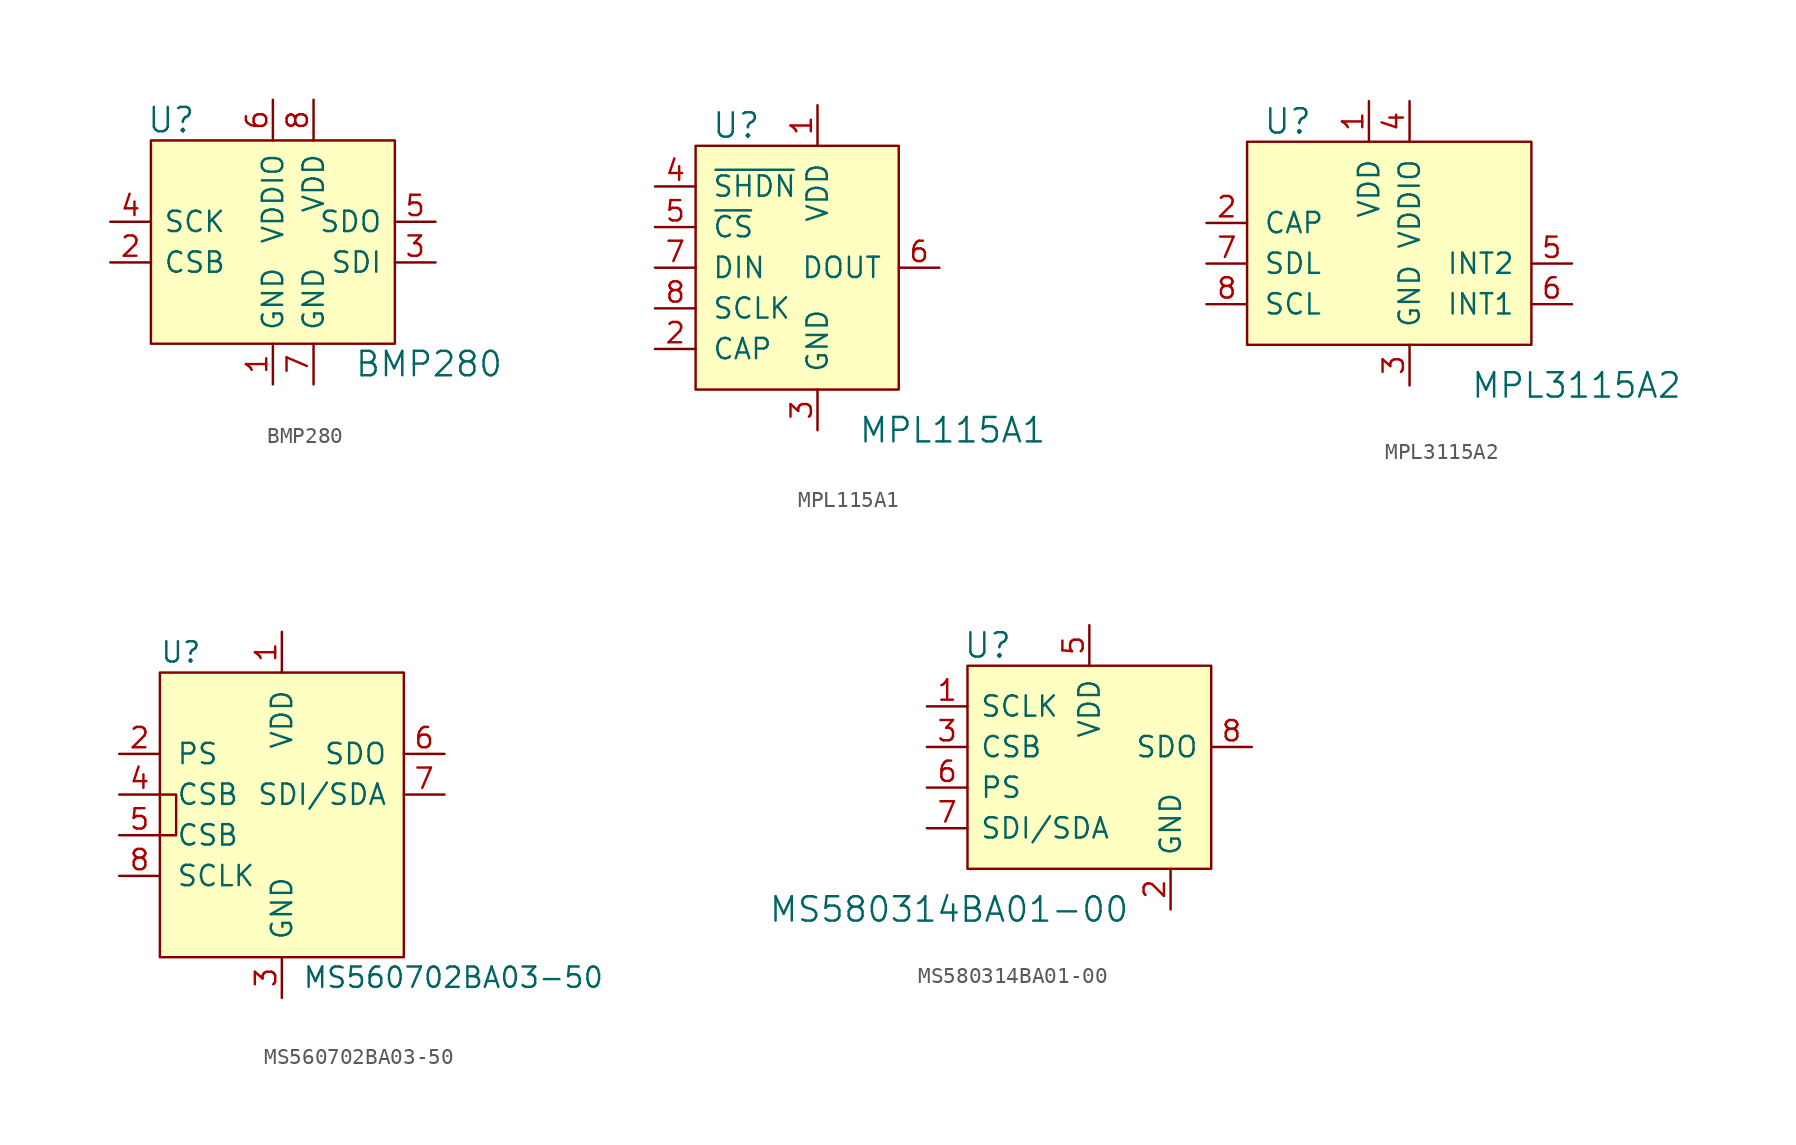
<source format=kicad_sym>
(kicad_symbol_lib
  (version 20211014)
  (generator kicad_symbol_editor)
  (symbol "BMP280"
    (pin_names
      (offset 0.762))
    (property "Reference" "U"
      (at -6.35 8.89 0)
      (effects (font (size 1.524 1.524))))
    (property "Value" "BMP280"
      (at 5.08 -6.35 0)
      (effects (font (size 1.524 1.524)) (justify left)))
    (symbol "BMP280_0_1"
      (rectangle (start 7.62 7.62) (end -7.62 -5.08) (stroke (width 0) (type default) (color 0 0 0 0)) (fill (type background))))
    (symbol "BMP280_1_1"
      (pin power_in line (at 0 -7.62 90) (length 2.54) (name "GND" (effects (font (size 1.27 1.27)))) (number "1" (effects (font (size 1.27 1.27)))))
      (pin input line (at -10.16 0 0) (length 2.54) (name "CSB" (effects (font (size 1.27 1.27)))) (number "2" (effects (font (size 1.27 1.27)))))
      (pin bidirectional line (at 10.16 0 180) (length 2.54) (name "SDI" (effects (font (size 1.27 1.27)))) (number "3" (effects (font (size 1.27 1.27)))))
      (pin input line (at -10.16 2.54 0) (length 2.54) (name "SCK" (effects (font (size 1.27 1.27)))) (number "4" (effects (font (size 1.27 1.27)))))
      (pin bidirectional line (at 10.16 2.54 180) (length 2.54) (name "SDO" (effects (font (size 1.27 1.27)))) (number "5" (effects (font (size 1.27 1.27)))))
      (pin power_in line (at 0 10.16 270) (length 2.54) (name "VDDIO" (effects (font (size 1.27 1.27)))) (number "6" (effects (font (size 1.27 1.27)))))
      (pin power_in line (at 2.54 -7.62 90) (length 2.54) (name "GND" (effects (font (size 1.27 1.27)))) (number "7" (effects (font (size 1.27 1.27)))))
      (pin power_in line (at 2.54 10.16 270) (length 2.54) (name "VDD" (effects (font (size 1.27 1.27)))) (number "8" (effects (font (size 1.27 1.27)))))))
  (symbol "MPL115A1"
    (pin_names
      (offset 1.016))
    (property "Reference" "U"
      (at -5.08 8.89 0)
      (effects (font (size 1.524 1.524))))
    (property "Value" "MPL115A1"
      (at 2.54 -10.16 0)
      (effects (font (size 1.524 1.524)) (justify left)))
    (symbol "MPL115A1_0_1"
      (rectangle (start -7.62 7.62) (end 5.08 -7.62) (stroke (width 0) (type default) (color 0 0 0 0)) (fill (type background))))
    (symbol "MPL115A1_1_1"
      (pin power_in line (at 0 10.16 270) (length 2.54) (name "VDD" (effects (font (size 1.27 1.27)))) (number "1" (effects (font (size 1.27 1.27)))))
      (pin passive line (at -10.16 -5.08 0) (length 2.54) (name "CAP" (effects (font (size 1.27 1.27)))) (number "2" (effects (font (size 1.27 1.27)))))
      (pin power_in line (at 0 -10.16 90) (length 2.54) (name "GND" (effects (font (size 1.27 1.27)))) (number "3" (effects (font (size 1.27 1.27)))))
      (pin input line (at -10.16 5.08 0) (length 2.54) (name "~{SHDN}" (effects (font (size 1.27 1.27)))) (number "4" (effects (font (size 1.27 1.27)))))
      (pin input line (at -10.16 2.54 0) (length 2.54) (name "~{CS}" (effects (font (size 1.27 1.27)))) (number "5" (effects (font (size 1.27 1.27)))))
      (pin output line (at 7.62 0 180) (length 2.54) (name "DOUT" (effects (font (size 1.27 1.27)))) (number "6" (effects (font (size 1.27 1.27)))))
      (pin input line (at -10.16 0 0) (length 2.54) (name "DIN" (effects (font (size 1.27 1.27)))) (number "7" (effects (font (size 1.27 1.27)))))
      (pin input line (at -10.16 -2.54 0) (length 2.54) (name "SCLK" (effects (font (size 1.27 1.27)))) (number "8" (effects (font (size 1.27 1.27)))))))
  (symbol "MPL3115A2"
    (pin_names
      (offset 1.016))
    (property "Reference" "U"
      (at -5.08 8.89 0)
      (effects (font (size 1.524 1.524))))
    (property "Value" "MPL3115A2"
      (at 6.35 -7.62 0)
      (effects (font (size 1.524 1.524)) (justify left)))
    (symbol "MPL3115A2_0_1"
      (rectangle (start -7.62 7.62) (end 10.16 -5.08) (stroke (width 0) (type default) (color 0 0 0 0)) (fill (type background))))
    (symbol "MPL3115A2_1_1"
      (pin power_in line (at 0 10.16 270) (length 2.54) (name "VDD" (effects (font (size 1.27 1.27)))) (number "1" (effects (font (size 1.27 1.27)))))
      (pin passive line (at -10.16 2.54 0) (length 2.54) (name "CAP" (effects (font (size 1.27 1.27)))) (number "2" (effects (font (size 1.27 1.27)))))
      (pin power_in line (at 2.54 -7.62 90) (length 2.54) (name "GND" (effects (font (size 1.27 1.27)))) (number "3" (effects (font (size 1.27 1.27)))))
      (pin power_in line (at 2.54 10.16 270) (length 2.54) (name "VDDIO" (effects (font (size 1.27 1.27)))) (number "4" (effects (font (size 1.27 1.27)))))
      (pin output line (at 12.7 0 180) (length 2.54) (name "INT2" (effects (font (size 1.27 1.27)))) (number "5" (effects (font (size 1.27 1.27)))))
      (pin output line (at 12.7 -2.54 180) (length 2.54) (name "INT1" (effects (font (size 1.27 1.27)))) (number "6" (effects (font (size 1.27 1.27)))))
      (pin bidirectional line (at -10.16 0 0) (length 2.54) (name "SDL" (effects (font (size 1.27 1.27)))) (number "7" (effects (font (size 1.27 1.27)))))
      (pin input line (at -10.16 -2.54 0) (length 2.54) (name "SCL" (effects (font (size 1.27 1.27)))) (number "8" (effects (font (size 1.27 1.27)))))))
  (symbol "MS560702BA03-50"
    (pin_names
      (offset 1.016))
    (property "Reference" "U"
      (at -7.62 8.89 0)
      (effects (font (size 1.27 1.27)) (justify left)))
    (property "Value" "MS560702BA03-50"
      (at 1.27 -11.43 0)
      (effects (font (size 1.27 1.27)) (justify left)))
    (symbol "MS560702BA03-50_0_1"
      (rectangle (start -7.62 7.62) (end 7.62 -10.16) (stroke (width 0) (type default) (color 0 0 0 0)) (fill (type background)))
      (polyline (pts (xy -7.62 0) (xy -6.604 0) (xy -6.604 -2.54) (xy -7.62 -2.54)) (stroke (width 0) (type default) (color 0 0 0 0)) (fill (type none))))
    (symbol "MS560702BA03-50_1_1"
      (pin power_in line (at 0 10.16 270) (length 2.54) (name "VDD" (effects (font (size 1.27 1.27)))) (number "1" (effects (font (size 1.27 1.27)))))
      (pin input line (at -10.16 2.54 0) (length 2.54) (name "PS" (effects (font (size 1.27 1.27)))) (number "2" (effects (font (size 1.27 1.27)))))
      (pin power_in line (at 0 -12.7 90) (length 2.54) (name "GND" (effects (font (size 1.27 1.27)))) (number "3" (effects (font (size 1.27 1.27)))))
      (pin input line (at -10.16 0 0) (length 2.54) (name "CSB" (effects (font (size 1.27 1.27)))) (number "4" (effects (font (size 1.27 1.27)))))
      (pin input line (at -10.16 -2.54 0) (length 2.54) (name "CSB" (effects (font (size 1.27 1.27)))) (number "5" (effects (font (size 1.27 1.27)))))
      (pin output line (at 10.16 2.54 180) (length 2.54) (name "SDO" (effects (font (size 1.27 1.27)))) (number "6" (effects (font (size 1.27 1.27)))))
      (pin bidirectional line (at 10.16 0 180) (length 2.54) (name "SDI/SDA" (effects (font (size 1.27 1.27)))) (number "7" (effects (font (size 1.27 1.27)))))
      (pin input line (at -10.16 -5.08 0) (length 2.54) (name "SCLK" (effects (font (size 1.27 1.27)))) (number "8" (effects (font (size 1.27 1.27)))))))
  (symbol "MS580314BA01-00"
    (pin_names
      (offset 0.762))
    (property "Reference" "U"
      (at -6.35 8.89 0)
      (effects (font (size 1.524 1.524))))
    (property "Value" "MS580314BA01-00"
      (at 2.54 -7.62 0)
      (effects (font (size 1.524 1.524)) (justify right)))
    (symbol "MS580314BA01-00_0_1"
      (rectangle (start -7.62 7.62) (end 7.62 -5.08) (stroke (width 0) (type default) (color 0 0 0 0)) (fill (type background))))
    (symbol "MS580314BA01-00_1_1"
      (pin input line (at -10.16 5.08 0) (length 2.54) (name "SCLK" (effects (font (size 1.27 1.27)))) (number "1" (effects (font (size 1.27 1.27)))))
      (pin power_in line (at 5.08 -7.62 90) (length 2.54) (name "GND" (effects (font (size 1.27 1.27)))) (number "2" (effects (font (size 1.27 1.27)))))
      (pin input line (at -10.16 2.54 0) (length 2.54) (name "CSB" (effects (font (size 1.27 1.27)))) (number "3" (effects (font (size 1.27 1.27)))))
      (pin no_connect line (at 7.62 0 180) (length 2.54) hide (name "NC" (effects (font (size 1.27 1.27)))) (number "4" (effects (font (size 1.27 1.27)))))
      (pin power_in line (at 0 10.16 270) (length 2.54) (name "VDD" (effects (font (size 1.27 1.27)))) (number "5" (effects (font (size 1.27 1.27)))))
      (pin input line (at -10.16 0 0) (length 2.54) (name "PS" (effects (font (size 1.27 1.27)))) (number "6" (effects (font (size 1.27 1.27)))))
      (pin input line (at -10.16 -2.54 0) (length 2.54) (name "SDI/SDA" (effects (font (size 1.27 1.27)))) (number "7" (effects (font (size 1.27 1.27)))))
      (pin output line (at 10.16 2.54 180) (length 2.54) (name "SDO" (effects (font (size 1.27 1.27)))) (number "8" (effects (font (size 1.27 1.27))))))))
</source>
